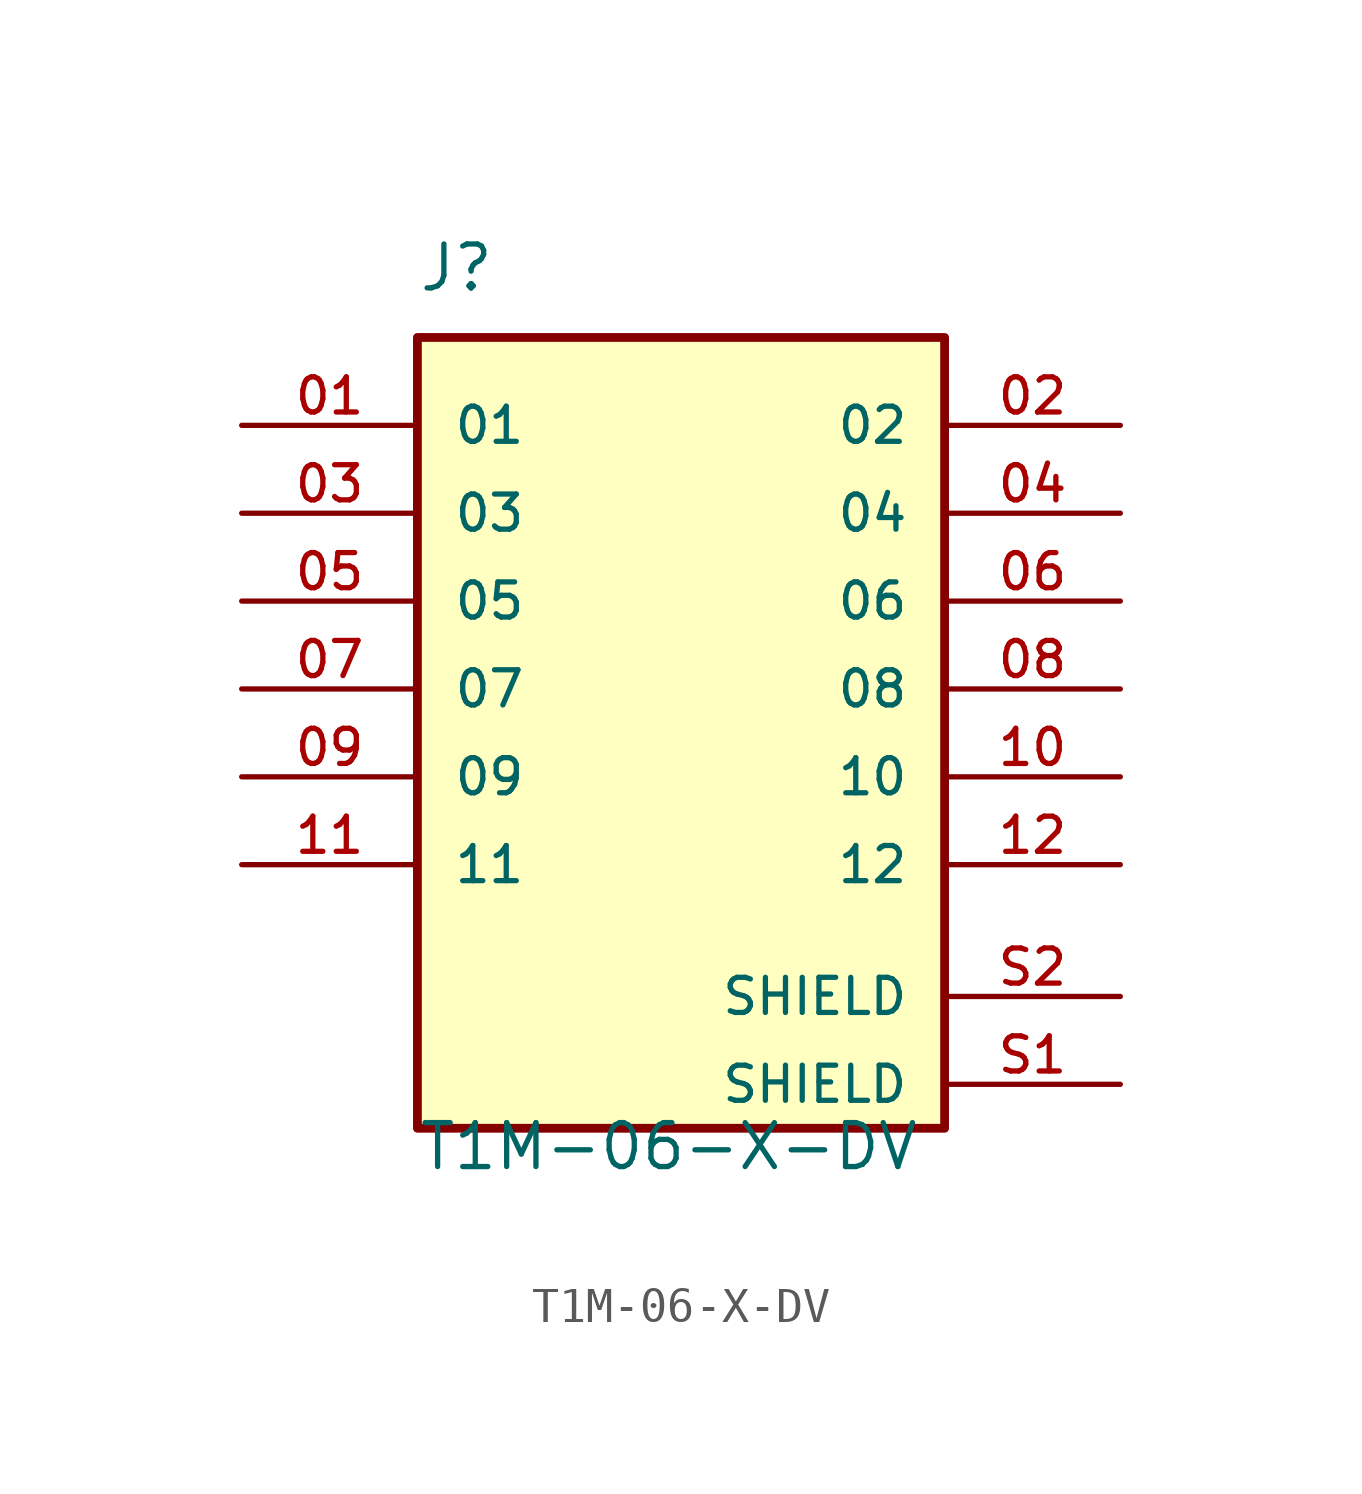
<source format=kicad_sym>
(kicad_symbol_lib
  (version 20211014)
  (generator kicad_symbol_editor)
  (symbol "T1M-06-X-DV"
    (pin_names
      (offset 1.016))
    (property "Reference" "J"
      (at -7.62 11.43 0)
      (effects (font (size 1.27 1.27)) (justify left bottom)))
    (property "Value" "T1M-06-X-DV"
      (at -7.62 -13.97 0)
      (effects (font (size 1.27 1.27)) (justify left bottom)))
    (property "ki_locked" ""
      (at 0 0 0)
      (effects (font (size 1.27 1.27))))
    (symbol "T1M-06-X-DV_0_0"
      (rectangle (start -7.62 -12.7) (end 7.62 10.16) (stroke (width 0.254) (type default) (color 0 0 0 0)) (fill (type background)))
      (pin passive line (at -12.7 7.62 0) (length 5.08) (name "01" (effects (font (size 1.016 1.016)))) (number "01" (effects (font (size 1.016 1.016)))))
      (pin passive line (at 12.7 7.62 180) (length 5.08) (name "02" (effects (font (size 1.016 1.016)))) (number "02" (effects (font (size 1.016 1.016)))))
      (pin passive line (at -12.7 5.08 0) (length 5.08) (name "03" (effects (font (size 1.016 1.016)))) (number "03" (effects (font (size 1.016 1.016)))))
      (pin passive line (at 12.7 5.08 180) (length 5.08) (name "04" (effects (font (size 1.016 1.016)))) (number "04" (effects (font (size 1.016 1.016)))))
      (pin passive line (at -12.7 2.54 0) (length 5.08) (name "05" (effects (font (size 1.016 1.016)))) (number "05" (effects (font (size 1.016 1.016)))))
      (pin passive line (at 12.7 2.54 180) (length 5.08) (name "06" (effects (font (size 1.016 1.016)))) (number "06" (effects (font (size 1.016 1.016)))))
      (pin passive line (at -12.7 0 0) (length 5.08) (name "07" (effects (font (size 1.016 1.016)))) (number "07" (effects (font (size 1.016 1.016)))))
      (pin passive line (at 12.7 0 180) (length 5.08) (name "08" (effects (font (size 1.016 1.016)))) (number "08" (effects (font (size 1.016 1.016)))))
      (pin passive line (at -12.7 -2.54 0) (length 5.08) (name "09" (effects (font (size 1.016 1.016)))) (number "09" (effects (font (size 1.016 1.016)))))
      (pin passive line (at 12.7 -2.54 180) (length 5.08) (name "10" (effects (font (size 1.016 1.016)))) (number "10" (effects (font (size 1.016 1.016)))))
      (pin passive line (at -12.7 -5.08 0) (length 5.08) (name "11" (effects (font (size 1.016 1.016)))) (number "11" (effects (font (size 1.016 1.016)))))
      (pin passive line (at 12.7 -5.08 180) (length 5.08) (name "12" (effects (font (size 1.016 1.016)))) (number "12" (effects (font (size 1.016 1.016)))))
      (pin passive line (at 12.7 -11.43 180) (length 5.08) (name "SHIELD" (effects (font (size 1.016 1.016)))) (number "S1" (effects (font (size 1.016 1.016)))))
      (pin passive line (at 12.7 -8.89 180) (length 5.08) (name "SHIELD" (effects (font (size 1.016 1.016)))) (number "S2" (effects (font (size 1.016 1.016))))))))
</source>
